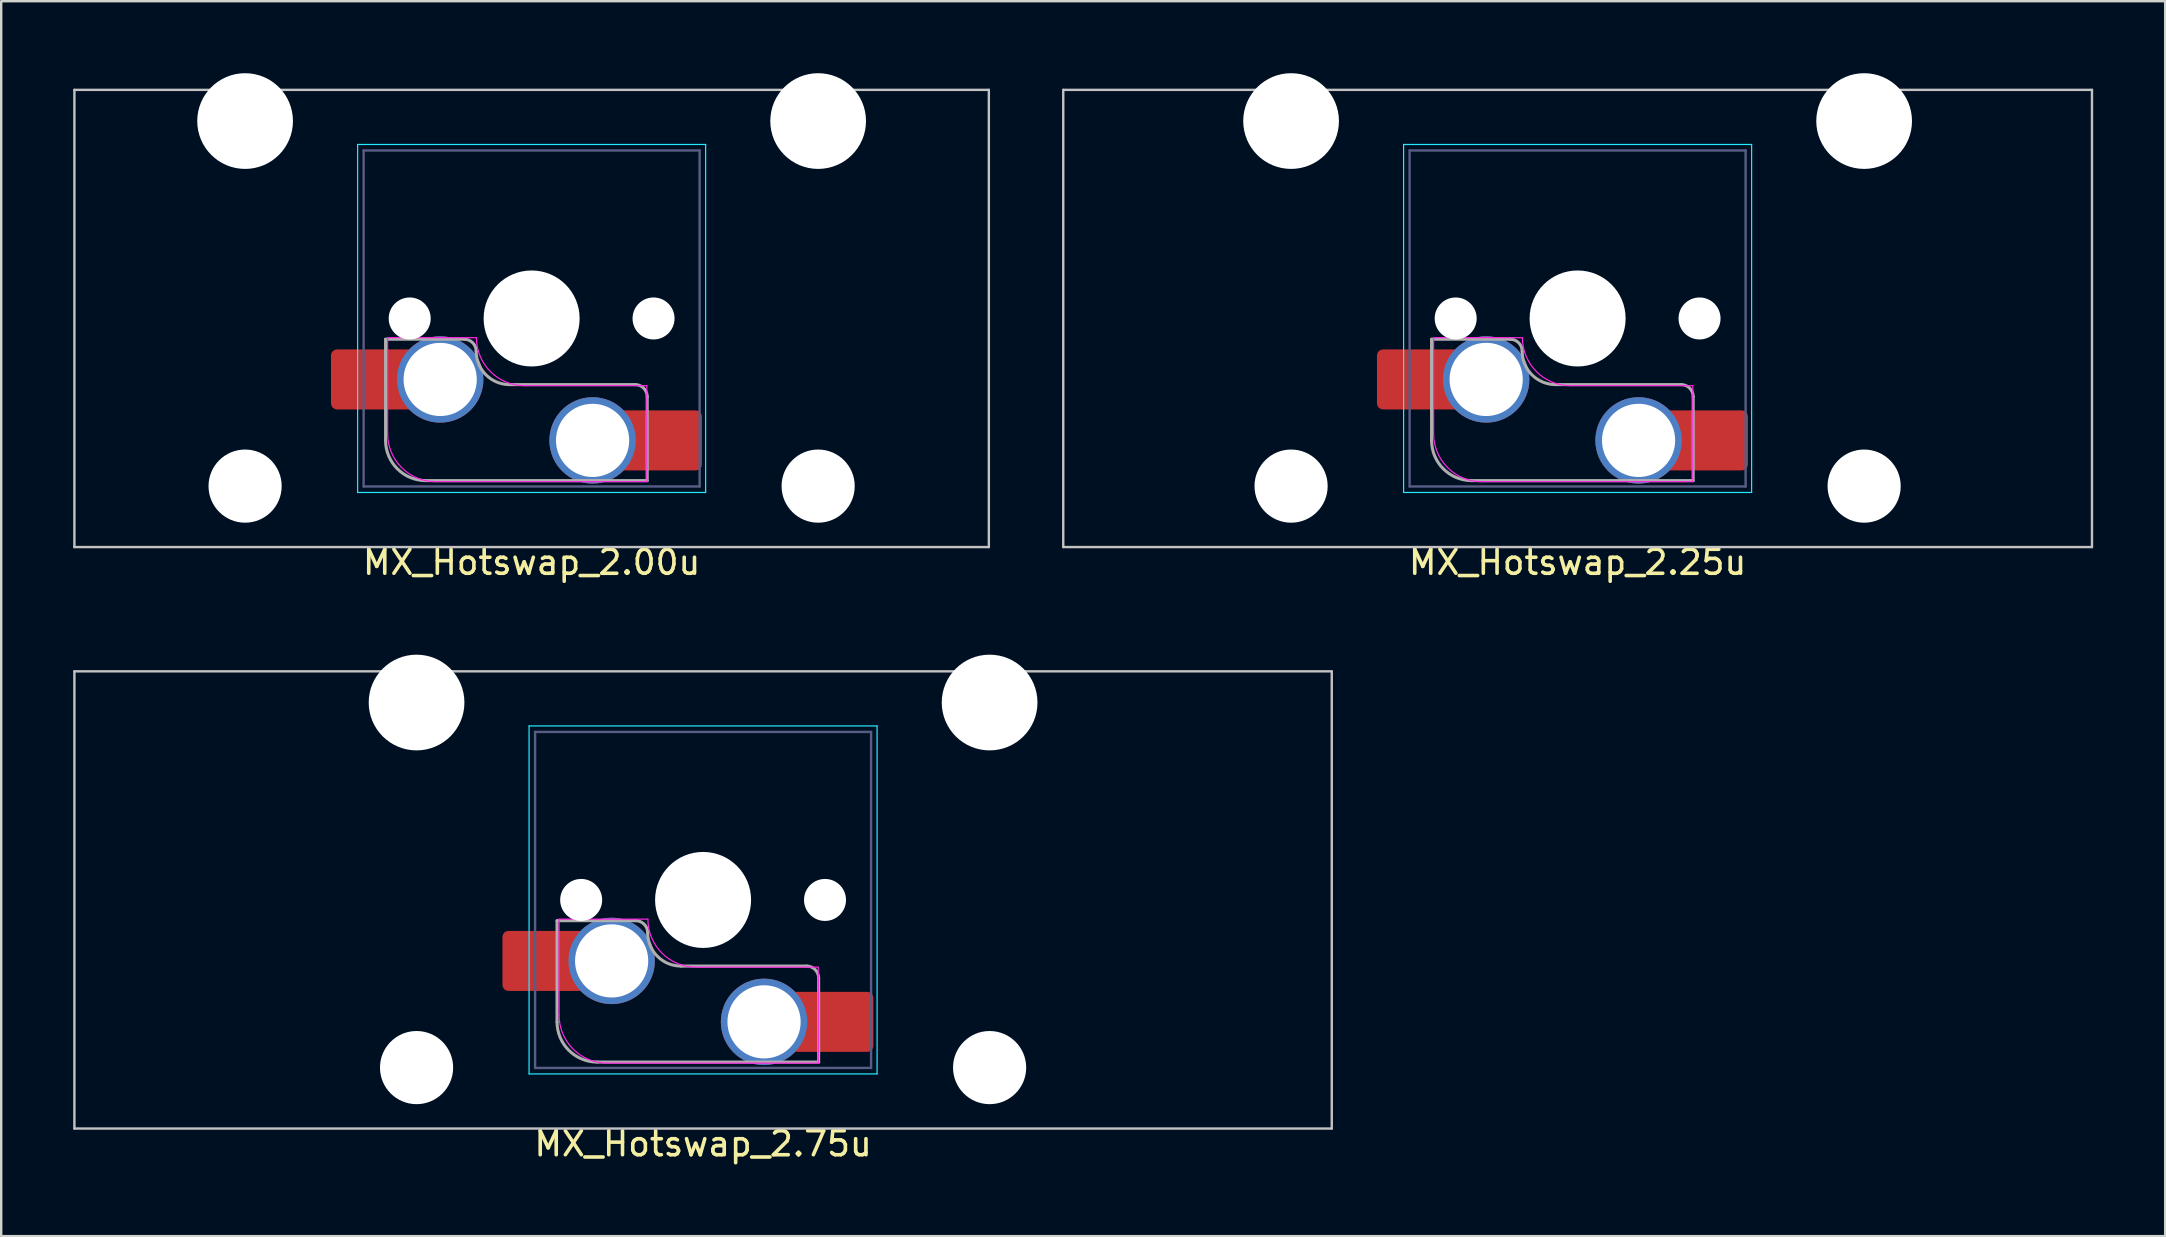
<source format=kicad_pcb>
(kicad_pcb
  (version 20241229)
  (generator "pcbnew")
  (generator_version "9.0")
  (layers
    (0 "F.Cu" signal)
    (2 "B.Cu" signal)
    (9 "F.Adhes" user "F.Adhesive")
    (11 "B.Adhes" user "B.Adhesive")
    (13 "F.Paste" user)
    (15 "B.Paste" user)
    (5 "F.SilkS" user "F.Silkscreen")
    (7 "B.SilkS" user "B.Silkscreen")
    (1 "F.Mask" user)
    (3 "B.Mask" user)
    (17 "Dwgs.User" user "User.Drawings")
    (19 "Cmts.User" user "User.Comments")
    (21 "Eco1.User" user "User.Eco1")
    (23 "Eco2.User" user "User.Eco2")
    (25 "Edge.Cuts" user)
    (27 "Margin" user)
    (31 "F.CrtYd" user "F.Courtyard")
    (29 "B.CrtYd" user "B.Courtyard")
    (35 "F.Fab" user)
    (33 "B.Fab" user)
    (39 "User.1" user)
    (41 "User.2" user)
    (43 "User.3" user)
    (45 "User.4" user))
  (footprint "MX_Hotswap_2.75u"
    (layer "F.Cu")
    (at 25.609 38.256)
    (property "Reference" "MX_Hotswap_2.75u" (at 0.635 6.35 0) (layer "F.SilkS") (effects (font (size 1 1) (thickness 0.15))))
    (attr smd allow_soldermask_bridges)
    (fp_line (start -25.559 -13.335) (end -25.559 5.715) (stroke (width 0.1) (type solid)) (layer "Dwgs.User"))
    (fp_line (start -25.559 5.715) (end 26.829 5.715) (stroke (width 0.1) (type solid)) (layer "Dwgs.User"))
    (fp_line (start 26.829 -13.335) (end -25.559 -13.335) (stroke (width 0.1) (type solid)) (layer "Dwgs.User"))
    (fp_line (start 26.829 5.715) (end 26.829 -13.335) (stroke (width 0.1) (type solid)) (layer "Dwgs.User"))
    (fp_line (start -14.678 -10.58) (end -14.678 1.72) (stroke (width 0.1) (type solid)) (layer "Eco1.User"))
    (fp_line (start -14.678 1.72) (end -7.928 1.72) (stroke (width 0.1) (type solid)) (layer "Eco1.User"))
    (fp_line (start -7.928 -10.58) (end -14.678 -10.58) (stroke (width 0.1) (type solid)) (layer "Eco1.User"))
    (fp_line (start -7.928 1.72) (end -7.928 -10.58) (stroke (width 0.1) (type solid)) (layer "Eco1.User"))
    (fp_line (start 9.198 -10.58) (end 9.198 1.72) (stroke (width 0.1) (type solid)) (layer "Eco1.User"))
    (fp_line (start 9.198 1.72) (end 15.948 1.72) (stroke (width 0.1) (type solid)) (layer "Eco1.User"))
    (fp_line (start 15.948 -10.58) (end 9.198 -10.58) (stroke (width 0.1) (type solid)) (layer "Eco1.User"))
    (fp_line (start 15.948 1.72) (end 15.948 -10.58) (stroke (width 0.1) (type solid)) (layer "Eco1.User"))
    (fp_line (start -6.615 -11.06) (end -6.615 3.44) (stroke (width 0.05) (type solid)) (layer "B.CrtYd"))
    (fp_line (start -6.615 3.44) (end 7.885 3.44) (stroke (width 0.05) (type solid)) (layer "B.CrtYd"))
    (fp_line (start 7.885 -11.06) (end -6.615 -11.06) (stroke (width 0.05) (type solid)) (layer "B.CrtYd"))
    (fp_line (start 7.885 3.44) (end 7.885 -11.06) (stroke (width 0.05) (type solid)) (layer "B.CrtYd"))
    (fp_line (start -5.365 0.99) (end -5.365 -3.01) (stroke (width 0.05) (type solid)) (layer "F.CrtYd"))
    (fp_line (start -1.665 -3.01) (end -5.365 -3.01) (stroke (width 0.05) (type solid)) (layer "F.CrtYd"))
    (fp_line (start 5.435 -1.01) (end 0.335 -1.01) (stroke (width 0.05) (type solid)) (layer "F.CrtYd"))
    (fp_line (start 5.435 -1.01) (end 5.435 2.99) (stroke (width 0.05) (type solid)) (layer "F.CrtYd"))
    (fp_line (start 5.435 2.99) (end -3.365 2.99) (stroke (width 0.05) (type solid)) (layer "F.CrtYd"))
    (fp_arc (start -3.365 2.99) (mid -4.779214 2.404214) (end -5.365 0.99) (stroke (width 0.05) (type solid)) (layer "F.CrtYd"))
    (fp_arc (start 0.335 -1.01) (mid -1.079214 -1.595786) (end -1.665 -3.01) (stroke (width 0.05) (type solid)) (layer "F.CrtYd"))
    (fp_line (start -6.365 -10.81) (end -6.365 3.19) (stroke (width 0.1) (type solid)) (layer "B.Fab"))
    (fp_line (start -6.365 3.19) (end 7.635 3.19) (stroke (width 0.1) (type solid)) (layer "B.Fab"))
    (fp_line (start 7.635 -10.81) (end -6.365 -10.81) (stroke (width 0.1) (type solid)) (layer "B.Fab"))
    (fp_line (start 7.635 3.19) (end 7.635 -10.81) (stroke (width 0.1) (type solid)) (layer "B.Fab"))
    (fp_line (start -5.45 -2.945) (end -2.175 -2.945) (stroke (width 0.127) (type solid)) (layer "F.Fab"))
    (fp_line (start -5.45 1.27) (end -5.45 -2.945) (stroke (width 0.127) (type solid)) (layer "F.Fab"))
    (fp_line (start -0.285 -1.055) (end 4.95 -1.055) (stroke (width 0.127) (type solid)) (layer "F.Fab"))
    (fp_line (start 5.45 -0.555) (end 5.45 2.945) (stroke (width 0.127) (type solid)) (layer "F.Fab"))
    (fp_line (start 5.45 2.945) (end -3.775 2.945) (stroke (width 0.127) (type solid)) (layer "F.Fab"))
    (fp_arc (start -3.775 2.945) (mid -4.959404 2.454404) (end -5.45 1.27) (stroke (width 0.127) (type solid)) (layer "F.Fab"))
    (fp_arc (start -2.175 -2.945) (mid -1.821447 -2.798553) (end -1.675 -2.445) (stroke (width 0.127) (type solid)) (layer "F.Fab"))
    (fp_arc (start -0.285 -1.055) (mid -1.267878 -1.462122) (end -1.675 -2.445) (stroke (width 0.127) (type solid)) (layer "F.Fab"))
    (fp_arc (start 4.95 -1.055) (mid 5.303553 -0.908553) (end 5.45 -0.555) (stroke (width 0.127) (type solid)) (layer "F.Fab"))
    (pad "" np_thru_hole circle (at -11.303 -12.035 180) (size 3.988 3.988) (drill 3.988) (layers "*.Cu" "*.Mask"))
    (pad "" np_thru_hole circle (at -11.303 3.175 180) (size 3.048 3.048) (drill 3.048) (layers "*.Cu" "*.Mask"))
    (pad "" smd roundrect (at -6.45 -1.27 180) (size 2.55 2.5) (layers "F.Mask" "F.Paste") (roundrect_rratio 0.1))
    (pad "" np_thru_hole circle (at -4.445 -3.81 180) (size 1.75 1.75) (drill 1.75) (layers "*.Cu" "*.Mask"))
    (pad "" np_thru_hole circle (at 0.635 -3.81 180) (size 4 4) (drill 4) (layers "*.Cu" "*.Mask"))
    (pad "" np_thru_hole circle (at 5.715 -3.81 180) (size 1.75 1.75) (drill 1.75) (layers "*.Cu" "*.Mask"))
    (pad "" smd roundrect (at 6.477 1.27 180) (size 2.55 2.5) (layers "F.Mask" "F.Paste") (roundrect_rratio 0.1))
    (pad "" np_thru_hole circle (at 12.573 -12.035 180) (size 3.988 3.988) (drill 3.988) (layers "*.Cu" "*.Mask"))
    (pad "" np_thru_hole circle (at 12.573 3.175 180) (size 3.048 3.048) (drill 3.048) (layers "*.Cu" "*.Mask"))
    (pad "1" smd roundrect (at -5.95 -1.27 180) (size 3.55 2.5) (layers "F.Cu") (roundrect_rratio 0.1))
    (pad "1" thru_hole circle (at -3.175 -1.27 180) (size 3.6 3.6) (drill 3.05) (layers "*.Cu" "*.Mask"))
    (pad "2" thru_hole circle (at 3.175 1.27 180) (size 3.6 3.6) (drill 3.05) (layers "*.Cu" "*.Mask"))
    (pad "2" smd roundrect (at 5.955 1.27 180) (size 3.55 2.5) (layers "F.Cu") (roundrect_rratio 0.1)))
  (footprint "MX_Hotswap_2.00u"
    (layer "F.Cu")
    (at 18.465 14.029)
    (property "Reference" "MX_Hotswap_2.00u" (at 0.635 6.35 0) (layer "F.SilkS") (effects (font (size 1 1) (thickness 0.15))))
    (attr smd allow_soldermask_bridges)
    (fp_line (start -18.415 -13.335) (end -18.415 5.715) (stroke (width 0.1) (type solid)) (layer "Dwgs.User"))
    (fp_line (start -18.415 5.715) (end 19.685 5.715) (stroke (width 0.1) (type solid)) (layer "Dwgs.User"))
    (fp_line (start 19.685 -13.335) (end -18.415 -13.335) (stroke (width 0.1) (type solid)) (layer "Dwgs.User"))
    (fp_line (start 19.685 5.715) (end 19.685 -13.335) (stroke (width 0.1) (type solid)) (layer "Dwgs.User"))
    (fp_line (start -14.678 -10.58) (end -14.678 1.72) (stroke (width 0.1) (type solid)) (layer "Eco1.User"))
    (fp_line (start -14.678 1.72) (end -7.928 1.72) (stroke (width 0.1) (type solid)) (layer "Eco1.User"))
    (fp_line (start -7.928 -10.58) (end -14.678 -10.58) (stroke (width 0.1) (type solid)) (layer "Eco1.User"))
    (fp_line (start -7.928 1.72) (end -7.928 -10.58) (stroke (width 0.1) (type solid)) (layer "Eco1.User"))
    (fp_line (start 9.198 -10.58) (end 9.198 1.72) (stroke (width 0.1) (type solid)) (layer "Eco1.User"))
    (fp_line (start 9.198 1.72) (end 15.948 1.72) (stroke (width 0.1) (type solid)) (layer "Eco1.User"))
    (fp_line (start 15.948 -10.58) (end 9.198 -10.58) (stroke (width 0.1) (type solid)) (layer "Eco1.User"))
    (fp_line (start 15.948 1.72) (end 15.948 -10.58) (stroke (width 0.1) (type solid)) (layer "Eco1.User"))
    (fp_line (start -6.615 -11.06) (end -6.615 3.44) (stroke (width 0.05) (type solid)) (layer "B.CrtYd"))
    (fp_line (start -6.615 3.44) (end 7.885 3.44) (stroke (width 0.05) (type solid)) (layer "B.CrtYd"))
    (fp_line (start 7.885 -11.06) (end -6.615 -11.06) (stroke (width 0.05) (type solid)) (layer "B.CrtYd"))
    (fp_line (start 7.885 3.44) (end 7.885 -11.06) (stroke (width 0.05) (type solid)) (layer "B.CrtYd"))
    (fp_line (start -5.365 0.99) (end -5.365 -3.01) (stroke (width 0.05) (type solid)) (layer "F.CrtYd"))
    (fp_line (start -1.665 -3.01) (end -5.365 -3.01) (stroke (width 0.05) (type solid)) (layer "F.CrtYd"))
    (fp_line (start 5.435 -1.01) (end 0.335 -1.01) (stroke (width 0.05) (type solid)) (layer "F.CrtYd"))
    (fp_line (start 5.435 -1.01) (end 5.435 2.99) (stroke (width 0.05) (type solid)) (layer "F.CrtYd"))
    (fp_line (start 5.435 2.99) (end -3.365 2.99) (stroke (width 0.05) (type solid)) (layer "F.CrtYd"))
    (fp_arc (start -3.365 2.99) (mid -4.779214 2.404214) (end -5.365 0.99) (stroke (width 0.05) (type solid)) (layer "F.CrtYd"))
    (fp_arc (start 0.335 -1.01) (mid -1.079214 -1.595786) (end -1.665 -3.01) (stroke (width 0.05) (type solid)) (layer "F.CrtYd"))
    (fp_line (start -6.365 -10.81) (end -6.365 3.19) (stroke (width 0.1) (type solid)) (layer "B.Fab"))
    (fp_line (start -6.365 3.19) (end 7.635 3.19) (stroke (width 0.1) (type solid)) (layer "B.Fab"))
    (fp_line (start 7.635 -10.81) (end -6.365 -10.81) (stroke (width 0.1) (type solid)) (layer "B.Fab"))
    (fp_line (start 7.635 3.19) (end 7.635 -10.81) (stroke (width 0.1) (type solid)) (layer "B.Fab"))
    (fp_line (start -5.45 -2.945) (end -2.175 -2.945) (stroke (width 0.127) (type solid)) (layer "F.Fab"))
    (fp_line (start -5.45 1.27) (end -5.45 -2.945) (stroke (width 0.127) (type solid)) (layer "F.Fab"))
    (fp_line (start -0.285 -1.055) (end 4.95 -1.055) (stroke (width 0.127) (type solid)) (layer "F.Fab"))
    (fp_line (start 5.45 -0.555) (end 5.45 2.945) (stroke (width 0.127) (type solid)) (layer "F.Fab"))
    (fp_line (start 5.45 2.945) (end -3.775 2.945) (stroke (width 0.127) (type solid)) (layer "F.Fab"))
    (fp_arc (start -3.775 2.945) (mid -4.959404 2.454404) (end -5.45 1.27) (stroke (width 0.127) (type solid)) (layer "F.Fab"))
    (fp_arc (start -2.175 -2.945) (mid -1.821447 -2.798553) (end -1.675 -2.445) (stroke (width 0.127) (type solid)) (layer "F.Fab"))
    (fp_arc (start -0.285 -1.055) (mid -1.267878 -1.462122) (end -1.675 -2.445) (stroke (width 0.127) (type solid)) (layer "F.Fab"))
    (fp_arc (start 4.95 -1.055) (mid 5.303553 -0.908553) (end 5.45 -0.555) (stroke (width 0.127) (type solid)) (layer "F.Fab"))
    (pad "" np_thru_hole circle (at -11.303 -12.035 180) (size 3.988 3.988) (drill 3.988) (layers "*.Cu" "*.Mask"))
    (pad "" np_thru_hole circle (at -11.303 3.175 180) (size 3.048 3.048) (drill 3.048) (layers "*.Cu" "*.Mask"))
    (pad "" smd roundrect (at -6.45 -1.27 180) (size 2.55 2.5) (layers "F.Mask" "F.Paste") (roundrect_rratio 0.1))
    (pad "" np_thru_hole circle (at -4.445 -3.81 180) (size 1.75 1.75) (drill 1.75) (layers "*.Cu" "*.Mask"))
    (pad "" np_thru_hole circle (at 0.635 -3.81 180) (size 4 4) (drill 4) (layers "*.Cu" "*.Mask"))
    (pad "" np_thru_hole circle (at 5.715 -3.81 180) (size 1.75 1.75) (drill 1.75) (layers "*.Cu" "*.Mask"))
    (pad "" smd roundrect (at 6.477 1.27 180) (size 2.55 2.5) (layers "F.Mask" "F.Paste") (roundrect_rratio 0.1))
    (pad "" np_thru_hole circle (at 12.573 -12.035 180) (size 3.988 3.988) (drill 3.988) (layers "*.Cu" "*.Mask"))
    (pad "" np_thru_hole circle (at 12.573 3.175 180) (size 3.048 3.048) (drill 3.048) (layers "*.Cu" "*.Mask"))
    (pad "1" smd roundrect (at -5.95 -1.27 180) (size 3.55 2.5) (layers "F.Cu") (roundrect_rratio 0.1))
    (pad "1" thru_hole circle (at -3.175 -1.27 180) (size 3.6 3.6) (drill 3.05) (layers "*.Cu" "*.Mask"))
    (pad "2" thru_hole circle (at 3.175 1.27 180) (size 3.6 3.6) (drill 3.05) (layers "*.Cu" "*.Mask"))
    (pad "2" smd roundrect (at 5.955 1.27 180) (size 3.55 2.5) (layers "F.Cu") (roundrect_rratio 0.1)))
  (footprint "MX_Hotswap_2.25u"
    (layer "F.Cu")
    (at 62.046 14.029)
    (property "Reference" "MX_Hotswap_2.25u" (at 0.635 6.35 0) (layer "F.SilkS") (effects (font (size 1 1) (thickness 0.15))))
    (attr smd allow_soldermask_bridges)
    (fp_line (start -20.796 -13.335) (end -20.796 5.715) (stroke (width 0.1) (type solid)) (layer "Dwgs.User"))
    (fp_line (start -20.796 5.715) (end 22.066 5.715) (stroke (width 0.1) (type solid)) (layer "Dwgs.User"))
    (fp_line (start 22.066 -13.335) (end -20.796 -13.335) (stroke (width 0.1) (type solid)) (layer "Dwgs.User"))
    (fp_line (start 22.066 5.715) (end 22.066 -13.335) (stroke (width 0.1) (type solid)) (layer "Dwgs.User"))
    (fp_line (start -14.678 -10.58) (end -14.678 1.72) (stroke (width 0.1) (type solid)) (layer "Eco1.User"))
    (fp_line (start -14.678 1.72) (end -7.928 1.72) (stroke (width 0.1) (type solid)) (layer "Eco1.User"))
    (fp_line (start -7.928 -10.58) (end -14.678 -10.58) (stroke (width 0.1) (type solid)) (layer "Eco1.User"))
    (fp_line (start -7.928 1.72) (end -7.928 -10.58) (stroke (width 0.1) (type solid)) (layer "Eco1.User"))
    (fp_line (start 9.198 -10.58) (end 9.198 1.72) (stroke (width 0.1) (type solid)) (layer "Eco1.User"))
    (fp_line (start 9.198 1.72) (end 15.948 1.72) (stroke (width 0.1) (type solid)) (layer "Eco1.User"))
    (fp_line (start 15.948 -10.58) (end 9.198 -10.58) (stroke (width 0.1) (type solid)) (layer "Eco1.User"))
    (fp_line (start 15.948 1.72) (end 15.948 -10.58) (stroke (width 0.1) (type solid)) (layer "Eco1.User"))
    (fp_line (start -6.615 -11.06) (end -6.615 3.44) (stroke (width 0.05) (type solid)) (layer "B.CrtYd"))
    (fp_line (start -6.615 3.44) (end 7.885 3.44) (stroke (width 0.05) (type solid)) (layer "B.CrtYd"))
    (fp_line (start 7.885 -11.06) (end -6.615 -11.06) (stroke (width 0.05) (type solid)) (layer "B.CrtYd"))
    (fp_line (start 7.885 3.44) (end 7.885 -11.06) (stroke (width 0.05) (type solid)) (layer "B.CrtYd"))
    (fp_line (start -5.365 0.99) (end -5.365 -3.01) (stroke (width 0.05) (type solid)) (layer "F.CrtYd"))
    (fp_line (start -1.665 -3.01) (end -5.365 -3.01) (stroke (width 0.05) (type solid)) (layer "F.CrtYd"))
    (fp_line (start 5.435 -1.01) (end 0.335 -1.01) (stroke (width 0.05) (type solid)) (layer "F.CrtYd"))
    (fp_line (start 5.435 -1.01) (end 5.435 2.99) (stroke (width 0.05) (type solid)) (layer "F.CrtYd"))
    (fp_line (start 5.435 2.99) (end -3.365 2.99) (stroke (width 0.05) (type solid)) (layer "F.CrtYd"))
    (fp_arc (start -3.365 2.99) (mid -4.779214 2.404214) (end -5.365 0.99) (stroke (width 0.05) (type solid)) (layer "F.CrtYd"))
    (fp_arc (start 0.335 -1.01) (mid -1.079214 -1.595786) (end -1.665 -3.01) (stroke (width 0.05) (type solid)) (layer "F.CrtYd"))
    (fp_line (start -6.365 -10.81) (end -6.365 3.19) (stroke (width 0.1) (type solid)) (layer "B.Fab"))
    (fp_line (start -6.365 3.19) (end 7.635 3.19) (stroke (width 0.1) (type solid)) (layer "B.Fab"))
    (fp_line (start 7.635 -10.81) (end -6.365 -10.81) (stroke (width 0.1) (type solid)) (layer "B.Fab"))
    (fp_line (start 7.635 3.19) (end 7.635 -10.81) (stroke (width 0.1) (type solid)) (layer "B.Fab"))
    (fp_line (start -5.45 -2.945) (end -2.175 -2.945) (stroke (width 0.127) (type solid)) (layer "F.Fab"))
    (fp_line (start -5.45 1.27) (end -5.45 -2.945) (stroke (width 0.127) (type solid)) (layer "F.Fab"))
    (fp_line (start -0.285 -1.055) (end 4.95 -1.055) (stroke (width 0.127) (type solid)) (layer "F.Fab"))
    (fp_line (start 5.45 -0.555) (end 5.45 2.945) (stroke (width 0.127) (type solid)) (layer "F.Fab"))
    (fp_line (start 5.45 2.945) (end -3.775 2.945) (stroke (width 0.127) (type solid)) (layer "F.Fab"))
    (fp_arc (start -3.775 2.945) (mid -4.959404 2.454404) (end -5.45 1.27) (stroke (width 0.127) (type solid)) (layer "F.Fab"))
    (fp_arc (start -2.175 -2.945) (mid -1.821447 -2.798553) (end -1.675 -2.445) (stroke (width 0.127) (type solid)) (layer "F.Fab"))
    (fp_arc (start -0.285 -1.055) (mid -1.267878 -1.462122) (end -1.675 -2.445) (stroke (width 0.127) (type solid)) (layer "F.Fab"))
    (fp_arc (start 4.95 -1.055) (mid 5.303553 -0.908553) (end 5.45 -0.555) (stroke (width 0.127) (type solid)) (layer "F.Fab"))
    (pad "" np_thru_hole circle (at -11.303 -12.035 180) (size 3.988 3.988) (drill 3.988) (layers "*.Cu" "*.Mask"))
    (pad "" np_thru_hole circle (at -11.303 3.175 180) (size 3.048 3.048) (drill 3.048) (layers "*.Cu" "*.Mask"))
    (pad "" smd roundrect (at -6.45 -1.27 180) (size 2.55 2.5) (layers "F.Mask" "F.Paste") (roundrect_rratio 0.1))
    (pad "" np_thru_hole circle (at -4.445 -3.81 180) (size 1.75 1.75) (drill 1.75) (layers "*.Cu" "*.Mask"))
    (pad "" np_thru_hole circle (at 0.635 -3.81 180) (size 4 4) (drill 4) (layers "*.Cu" "*.Mask"))
    (pad "" np_thru_hole circle (at 5.715 -3.81 180) (size 1.75 1.75) (drill 1.75) (layers "*.Cu" "*.Mask"))
    (pad "" smd roundrect (at 6.477 1.27 180) (size 2.55 2.5) (layers "F.Mask" "F.Paste") (roundrect_rratio 0.1))
    (pad "" np_thru_hole circle (at 12.573 -12.035 180) (size 3.988 3.988) (drill 3.988) (layers "*.Cu" "*.Mask"))
    (pad "" np_thru_hole circle (at 12.573 3.175 180) (size 3.048 3.048) (drill 3.048) (layers "*.Cu" "*.Mask"))
    (pad "1" smd roundrect (at -5.95 -1.27 180) (size 3.55 2.5) (layers "F.Cu") (roundrect_rratio 0.1))
    (pad "1" thru_hole circle (at -3.175 -1.27 180) (size 3.6 3.6) (drill 3.05) (layers "*.Cu" "*.Mask"))
    (pad "2" thru_hole circle (at 3.175 1.27 180) (size 3.6 3.6) (drill 3.05) (layers "*.Cu" "*.Mask"))
    (pad "2" smd roundrect (at 5.955 1.27 180) (size 3.55 2.5) (layers "F.Cu") (roundrect_rratio 0.1)))
  (gr_rect
    (start -3 -3)
    (end 87.162 48.454)
    (stroke (width 0.1) (type default))
    (fill no)
    (layer "Edge.Cuts")))
</source>
